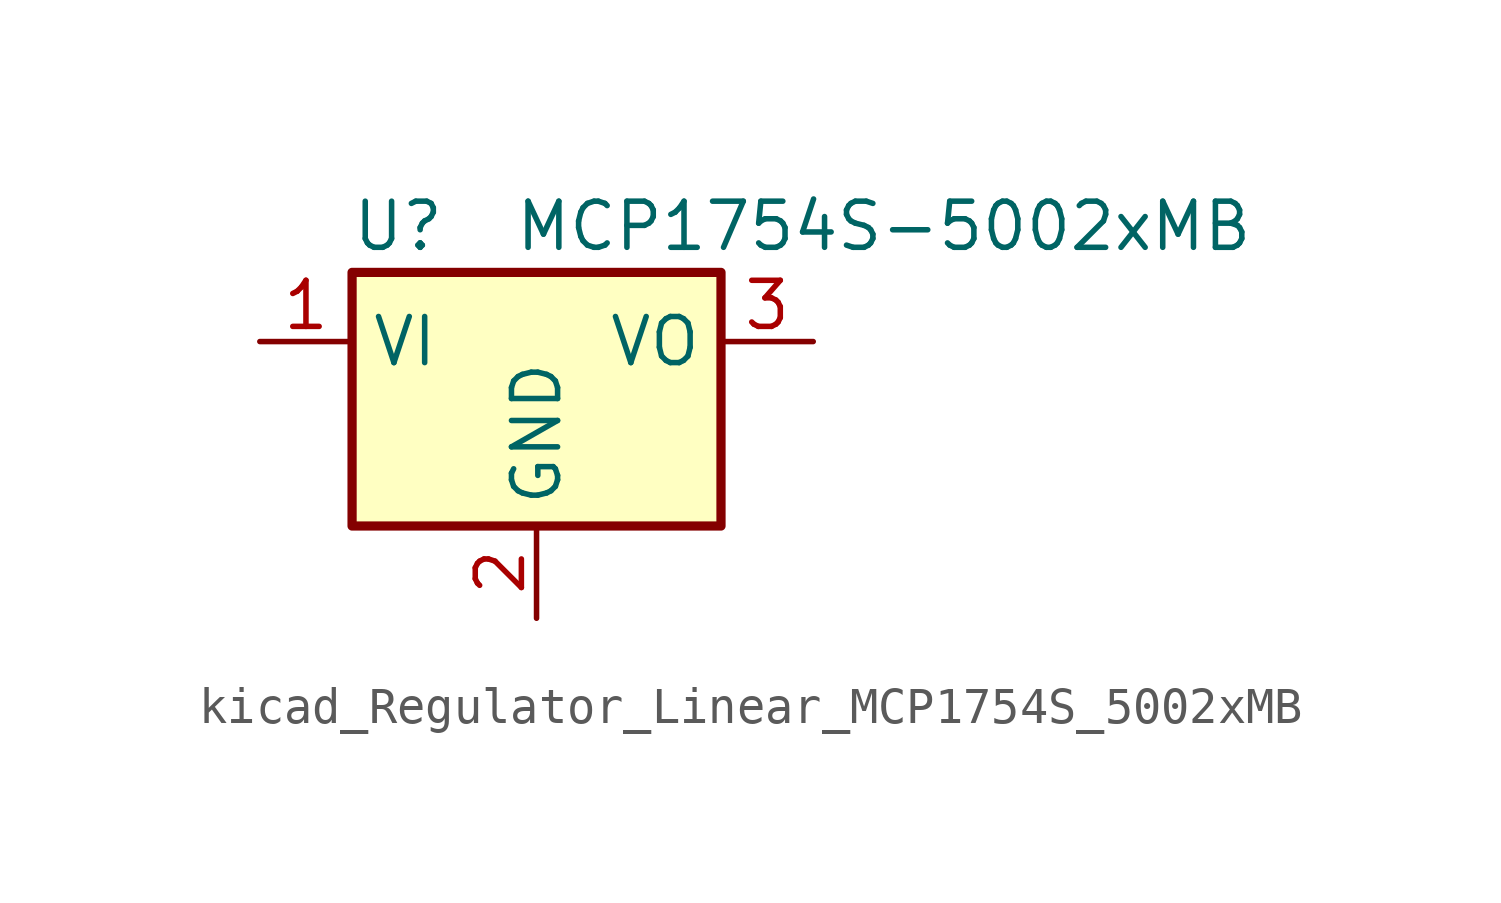
<source format=kicad_sym>
(kicad_symbol_lib
  (version 20220914)
  (generator kicad_symbol_editor)
  (symbol "kicad_Regulator_Linear_MCP1754S_5002xMB"
    (property "Reference" "U"
      (at -3.81 3.175 0)
      (effects (font (size 1.27 1.27))))
    (property "Value" "MCP1754S-5002xMB"
      (at -0.635 3.175 0)
      (effects (font (size 1.27 1.27)) (justify left)))
    (symbol "kicad_Regulator_Linear_MCP1754S_5002xMB_0_1"
      (rectangle (start -5.08 -5.08) (end 5.08 1.905) (stroke (width 0.254) (type default)) (fill (type background))))
    (symbol "kicad_Regulator_Linear_MCP1754S_5002xMB_1_1"
      (pin power_in line (at -7.62 0 0) (length 2.54) (name "VI" (effects (font (size 1.27 1.27)))) (number "1" (effects (font (size 1.27 1.27)))))
      (pin power_in line (at 0 -7.62 90) (length 2.54) (name "GND" (effects (font (size 1.27 1.27)))) (number "2" (effects (font (size 1.27 1.27)))))
      (pin power_out line (at 7.62 0 180) (length 2.54) (name "VO" (effects (font (size 1.27 1.27)))) (number "3" (effects (font (size 1.27 1.27))))))))
</source>
